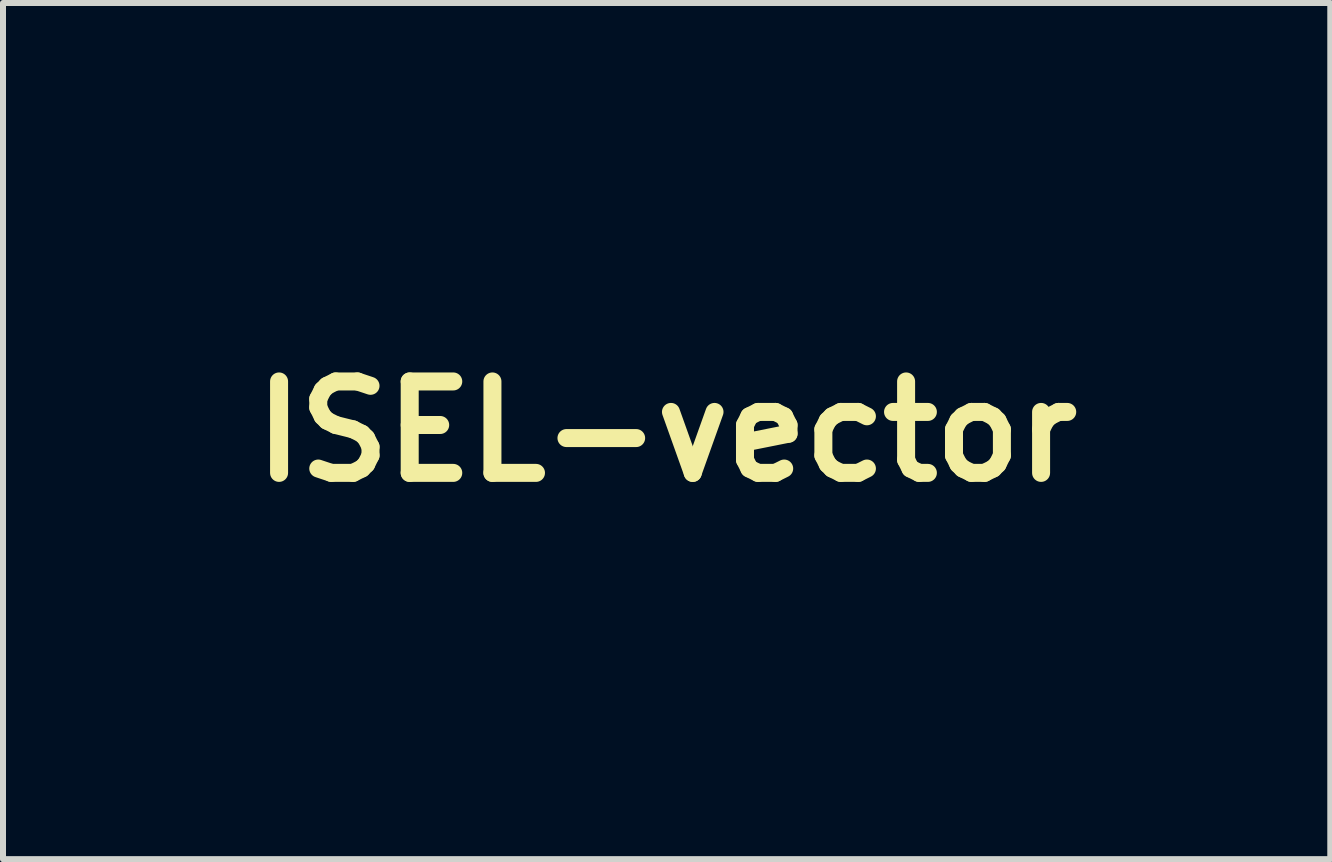
<source format=kicad_pcb>
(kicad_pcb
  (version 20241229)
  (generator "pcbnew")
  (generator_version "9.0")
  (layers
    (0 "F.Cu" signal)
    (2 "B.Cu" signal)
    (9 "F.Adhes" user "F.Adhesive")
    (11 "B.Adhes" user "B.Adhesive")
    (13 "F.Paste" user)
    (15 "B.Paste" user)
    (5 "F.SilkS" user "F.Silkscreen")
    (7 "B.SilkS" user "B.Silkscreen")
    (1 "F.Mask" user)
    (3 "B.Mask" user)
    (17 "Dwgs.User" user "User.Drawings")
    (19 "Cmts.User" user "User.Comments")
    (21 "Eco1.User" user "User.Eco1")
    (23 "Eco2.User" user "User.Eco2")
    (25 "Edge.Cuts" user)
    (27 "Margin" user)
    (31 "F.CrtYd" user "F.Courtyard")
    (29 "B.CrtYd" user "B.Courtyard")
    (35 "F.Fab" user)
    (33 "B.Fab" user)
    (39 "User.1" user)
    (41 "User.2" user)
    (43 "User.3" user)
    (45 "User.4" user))
  (footprint "ISEL-vector"
    (layer "F.Cu")
    (at 8.06 4.142)
    (property "Reference" "ISEL-vector" (at 0 0 0) (layer "F.SilkS") (effects (font (size 1.524 1.524) (thickness 0.3))))
    (attr through_hole)
    (fp_poly (pts (xy -7.511 4.064) (xy -8.055 4.064) (xy -8.055 1.669) (xy -7.511 1.669) (xy -7.511 4.064)) (stroke (width 0.01) (type solid)) (fill yes) (layer "F.Mask"))
    (fp_poly (pts (xy -5.733 0.036) (xy -6.06 0.036) (xy -6.06 -1.089) (xy -5.733 -1.089) (xy -5.733 0.036)) (stroke (width 0.01) (type solid)) (fill yes) (layer "F.Mask"))
    (fp_poly (pts (xy -2.576 0.036) (xy -2.939 0.036) (xy -2.939 -1.524) (xy -2.576 -1.524) (xy -2.576 0.036)) (stroke (width 0.01) (type solid)) (fill yes) (layer "F.Mask"))
    (fp_poly (pts (xy -6.277 -1.27) (xy -7.039 -1.27) (xy -7.039 -0.871) (xy -6.386 -0.871) (xy -6.386 -0.617) (xy -7.039 -0.617) (xy -7.039 0.036) (xy -7.402 0.036) (xy -7.402 -1.524) (xy -6.277 -1.524) (xy -6.277 -1.27)) (stroke (width 0.01) (type solid)) (fill yes) (layer "F.Mask"))
    (fp_poly (pts (xy -5.796 -1.521) (xy -5.749 -1.503) (xy -5.734 -1.454) (xy -5.733 -1.397) (xy -5.737 -1.319) (xy -5.76 -1.282) (xy -5.824 -1.271) (xy -5.896 -1.27) (xy -5.997 -1.273) (xy -6.044 -1.291) (xy -6.059 -1.34) (xy -6.06 -1.397) (xy -6.056 -1.475) (xy -6.033 -1.512) (xy -5.969 -1.523) (xy -5.896 -1.524) (xy -5.796 -1.521)) (stroke (width 0.01) (type solid)) (fill yes) (layer "F.Mask"))
    (fp_poly (pts (xy -0.027 -4.134) (xy 0.021 -4.115) (xy 0.035 -4.066) (xy 0.036 -4.01) (xy 0.033 -3.932) (xy 0.009 -3.895) (xy -0.054 -3.883) (xy -0.127 -3.883) (xy -0.227 -3.885) (xy -0.275 -3.904) (xy -0.289 -3.953) (xy -0.29 -4.01) (xy -0.287 -4.088) (xy -0.263 -4.125) (xy -0.2 -4.136) (xy -0.127 -4.137) (xy -0.027 -4.134)) (stroke (width 0.01) (type solid)) (fill yes) (layer "F.Mask"))
    (fp_poly (pts (xy -2.685 3.629) (xy -2.25 3.629) (xy -2.057 3.63) (xy -1.927 3.637) (xy -1.85 3.648) (xy -1.817 3.666) (xy -1.814 3.677) (xy -1.826 3.741) (xy -1.854 3.838) (xy -1.89 3.942) (xy -1.925 4.028) (xy -1.952 4.072) (xy -1.954 4.073) (xy -1.996 4.075) (xy -2.099 4.077) (xy -2.249 4.076) (xy -2.436 4.075) (xy -2.604 4.072) (xy -3.229 4.062) (xy -3.229 1.669) (xy -2.685 1.669) (xy -2.685 3.629)) (stroke (width 0.01) (type solid)) (fill yes) (layer "F.Mask"))
    (fp_poly (pts (xy -1.267 2.929) (xy -1.247 3.04) (xy -1.262 3.151) (xy -1.307 3.229) (xy -1.318 3.238) (xy -1.37 3.248) (xy -1.475 3.256) (xy -1.615 3.26) (xy -1.771 3.262) (xy -1.923 3.26) (xy -2.053 3.256) (xy -2.143 3.248) (xy -2.167 3.242) (xy -2.208 3.192) (xy -2.233 3.1) (xy -2.237 2.996) (xy -2.217 2.909) (xy -2.215 2.907) (xy -2.193 2.874) (xy -2.159 2.853) (xy -2.099 2.839) (xy -2 2.833) (xy -1.849 2.83) (xy -1.74 2.83) (xy -1.304 2.83) (xy -1.267 2.929)) (stroke (width 0.01) (type solid)) (fill yes) (layer "F.Mask"))
    (fp_poly (pts (xy -1.754 -3.709) (xy -1.747 -3.705) (xy -1.718 -3.671) (xy -1.721 -3.61) (xy -1.741 -3.54) (xy -1.776 -3.454) (xy -1.816 -3.422) (xy -1.881 -3.427) (xy -1.971 -3.431) (xy -2.027 -3.415) (xy -2.07 -3.351) (xy -2.105 -3.227) (xy -2.129 -3.054) (xy -2.139 -2.845) (xy -2.139 -2.821) (xy -2.141 -2.576) (xy -2.467 -2.576) (xy -2.467 -3.701) (xy -2.304 -3.701) (xy -2.197 -3.693) (xy -2.144 -3.669) (xy -2.141 -3.659) (xy -2.12 -3.646) (xy -2.075 -3.677) (xy -1.98 -3.724) (xy -1.859 -3.735) (xy -1.754 -3.709)) (stroke (width 0.01) (type solid)) (fill yes) (layer "F.Mask"))
    (fp_poly (pts (xy 5.022 -1.102) (xy 5.034 -1.096) (xy 5.058 -1.059) (xy 5.052 -0.988) (xy 5.036 -0.93) (xy 5.003 -0.842) (xy 4.964 -0.808) (xy 4.901 -0.811) (xy 4.896 -0.812) (xy 4.805 -0.819) (xy 4.74 -0.795) (xy 4.697 -0.729) (xy 4.67 -0.612) (xy 4.654 -0.435) (xy 4.651 -0.348) (xy 4.636 0.036) (xy 4.318 0.036) (xy 4.318 -1.089) (xy 4.481 -1.089) (xy 4.588 -1.08) (xy 4.641 -1.056) (xy 4.645 -1.047) (xy 4.666 -1.034) (xy 4.711 -1.065) (xy 4.803 -1.11) (xy 4.92 -1.124) (xy 5.022 -1.102)) (stroke (width 0.01) (type solid)) (fill yes) (layer "F.Mask"))
    (fp_poly (pts (xy -3.609 1.767) (xy -3.641 1.871) (xy -3.683 1.984) (xy -3.684 1.985) (xy -3.734 2.105) (xy -4.503 2.105) (xy -4.492 2.349) (xy -4.481 2.594) (xy -4.126 2.605) (xy -3.77 2.615) (xy -3.781 2.823) (xy -3.792 3.03) (xy -4.128 3.04) (xy -4.463 3.051) (xy -4.463 3.629) (xy -3.556 3.629) (xy -3.556 3.844) (xy -3.56 3.961) (xy -3.571 4.043) (xy -3.583 4.071) (xy -3.626 4.074) (xy -3.73 4.076) (xy -3.884 4.076) (xy -4.075 4.075) (xy -4.292 4.073) (xy -4.309 4.072) (xy -5.007 4.062) (xy -5.007 1.669) (xy -3.584 1.669) (xy -3.609 1.767)) (stroke (width 0.01) (type solid)) (fill yes) (layer "F.Mask"))
    (fp_poly (pts (xy 0.036 -2.992) (xy 0.036 -2.748) (xy 0.035 -2.567) (xy 0.031 -2.437) (xy 0.023 -2.347) (xy 0.011 -2.287) (xy -0.008 -2.246) (xy -0.033 -2.214) (xy -0.053 -2.194) (xy -0.129 -2.136) (xy -0.222 -2.109) (xy -0.325 -2.105) (xy -0.434 -2.108) (xy -0.488 -2.123) (xy -0.506 -2.158) (xy -0.507 -2.186) (xy -0.485 -2.296) (xy -0.417 -2.354) (xy -0.381 -2.364) (xy -0.355 -2.372) (xy -0.336 -2.393) (xy -0.323 -2.437) (xy -0.313 -2.513) (xy -0.307 -2.631) (xy -0.303 -2.802) (xy -0.299 -3.035) (xy -0.299 -3.039) (xy -0.289 -3.701) (xy 0.036 -3.701) (xy 0.036 -2.992)) (stroke (width 0.01) (type solid)) (fill yes) (layer "F.Mask"))
    (fp_poly (pts (xy -3.213 -4.132) (xy -3.041 -4.117) (xy -2.918 -4.086) (xy -2.83 -4.037) (xy -2.767 -3.966) (xy -2.74 -3.92) (xy -2.697 -3.78) (xy -2.688 -3.614) (xy -2.712 -3.457) (xy -2.747 -3.372) (xy -2.842 -3.264) (xy -2.981 -3.195) (xy -3.172 -3.161) (xy -3.298 -3.157) (xy -3.556 -3.157) (xy -3.556 -2.576) (xy -3.883 -2.576) (xy -3.883 -3.401) (xy -3.556 -3.401) (xy -3.353 -3.422) (xy -3.221 -3.445) (xy -3.116 -3.482) (xy -3.081 -3.505) (xy -3.015 -3.599) (xy -3.014 -3.691) (xy -3.072 -3.774) (xy -3.183 -3.838) (xy -3.339 -3.873) (xy -3.357 -3.875) (xy -3.556 -3.892) (xy -3.556 -3.401) (xy -3.883 -3.401) (xy -3.883 -4.137) (xy -3.445 -4.137) (xy -3.213 -4.132)) (stroke (width 0.01) (type solid)) (fill yes) (layer "F.Mask"))
    (fp_poly (pts (xy 5.886 1.531) (xy 6.006 1.54) (xy 6.086 1.555) (xy 6.134 1.58) (xy 6.158 1.614) (xy 6.167 1.661) (xy 6.168 1.722) (xy 6.168 1.73) (xy 6.165 1.834) (xy 6.145 1.9) (xy 6.096 1.938) (xy 6.005 1.955) (xy 5.858 1.959) (xy 5.802 1.959) (xy 5.479 1.959) (xy 5.479 3.957) (xy 5.386 3.992) (xy 5.232 4.022) (xy 5.063 4.009) (xy 5.035 4.003) (xy 5.016 3.993) (xy 5.001 3.97) (xy 4.99 3.926) (xy 4.982 3.852) (xy 4.977 3.74) (xy 4.973 3.583) (xy 4.972 3.373) (xy 4.971 3.102) (xy 4.971 2.974) (xy 4.971 1.962) (xy 4.635 1.952) (xy 4.3 1.941) (xy 4.3 1.542) (xy 5.204 1.532) (xy 5.493 1.529) (xy 5.718 1.529) (xy 5.886 1.531)) (stroke (width 0.01) (type solid)) (fill yes) (layer "F.Mask"))
    (fp_poly (pts (xy 3.338 -0.652) (xy 3.339 -0.468) (xy 3.342 -0.344) (xy 3.351 -0.265) (xy 3.367 -0.219) (xy 3.393 -0.193) (xy 3.428 -0.176) (xy 3.51 -0.154) (xy 3.59 -0.183) (xy 3.609 -0.195) (xy 3.649 -0.224) (xy 3.675 -0.259) (xy 3.69 -0.313) (xy 3.698 -0.402) (xy 3.701 -0.539) (xy 3.701 -0.672) (xy 3.701 -1.089) (xy 4.064 -1.089) (xy 4.064 0.036) (xy 3.901 0.036) (xy 3.793 0.029) (xy 3.744 0.005) (xy 3.737 -0.018) (xy 3.726 -0.046) (xy 3.684 -0.036) (xy 3.619 0.000398) (xy 3.47 0.057) (xy 3.306 0.066) (xy 3.17 0.03) (xy 3.106 -0.016) (xy 3.058 -0.092) (xy 3.024 -0.207) (xy 3.001 -0.371) (xy 2.986 -0.596) (xy 2.984 -0.644) (xy 2.966 -1.089) (xy 3.338 -1.089) (xy 3.338 -0.652)) (stroke (width 0.01) (type solid)) (fill yes) (layer "F.Mask"))
    (fp_poly (pts (xy -4.654 -1.102) (xy -4.531 -1.049) (xy -4.451 -0.967) (xy -4.444 -0.954) (xy -4.432 -0.894) (xy -4.42 -0.778) (xy -4.409 -0.622) (xy -4.4 -0.442) (xy -4.399 -0.426) (xy -4.382 0.036) (xy -4.753 0.036) (xy -4.753 -0.4) (xy -4.754 -0.584) (xy -4.757 -0.709) (xy -4.766 -0.787) (xy -4.782 -0.833) (xy -4.809 -0.859) (xy -4.843 -0.877) (xy -4.928 -0.898) (xy -5.01 -0.866) (xy -5.019 -0.86) (xy -5.075 -0.806) (xy -5.114 -0.72) (xy -5.138 -0.592) (xy -5.15 -0.41) (xy -5.152 -0.245) (xy -5.153 0.036) (xy -5.479 0.036) (xy -5.479 -1.089) (xy -5.316 -1.089) (xy -5.21 -1.082) (xy -5.161 -1.059) (xy -5.153 -1.032) (xy -5.143 -1) (xy -5.106 -1.014) (xy -5.057 -1.05) (xy -4.94 -1.106) (xy -4.798 -1.122) (xy -4.654 -1.102)) (stroke (width 0.01) (type solid)) (fill yes) (layer "F.Mask"))
    (fp_poly (pts (xy -0.542 1.532) (xy -0.444 1.548) (xy -0.414 1.563) (xy -0.398 1.588) (xy -0.386 1.638) (xy -0.377 1.722) (xy -0.37 1.848) (xy -0.366 2.021) (xy -0.364 2.251) (xy -0.363 2.546) (xy -0.363 2.581) (xy -0.363 3.556) (xy 0.011 3.556) (xy 0.202 3.559) (xy 0.332 3.571) (xy 0.412 3.597) (xy 0.455 3.643) (xy 0.47 3.713) (xy 0.472 3.76) (xy 0.471 3.841) (xy 0.462 3.901) (xy 0.436 3.942) (xy 0.383 3.969) (xy 0.292 3.983) (xy 0.155 3.99) (xy -0.039 3.991) (xy -0.199 3.991) (xy -0.441 3.99) (xy -0.619 3.986) (xy -0.742 3.978) (xy -0.82 3.965) (xy -0.861 3.948) (xy -0.867 3.942) (xy -0.879 3.901) (xy -0.889 3.808) (xy -0.895 3.66) (xy -0.899 3.453) (xy -0.901 3.182) (xy -0.9 2.844) (xy -0.899 2.717) (xy -0.889 1.542) (xy -0.677 1.531) (xy -0.542 1.532)) (stroke (width 0.01) (type solid)) (fill yes) (layer "F.Mask"))
    (fp_poly (pts (xy -0.868 -3.712) (xy -0.761 -3.67) (xy -0.621 -3.558) (xy -0.528 -3.406) (xy -0.481 -3.23) (xy -0.481 -3.047) (xy -0.528 -2.871) (xy -0.621 -2.719) (xy -0.761 -2.607) (xy -0.928 -2.551) (xy -1.112 -2.541) (xy -1.285 -2.575) (xy -1.381 -2.622) (xy -1.526 -2.759) (xy -1.616 -2.929) (xy -1.651 -3.115) (xy -1.648 -3.139) (xy -1.322 -3.139) (xy -1.317 -3.014) (xy -1.298 -2.934) (xy -1.254 -2.874) (xy -1.218 -2.842) (xy -1.099 -2.777) (xy -0.98 -2.784) (xy -0.871 -2.862) (xy -0.862 -2.872) (xy -0.814 -2.976) (xy -0.798 -3.139) (xy -0.82 -3.304) (xy -0.881 -3.425) (xy -0.969 -3.495) (xy -1.076 -3.508) (xy -1.193 -3.456) (xy -1.218 -3.436) (xy -1.279 -3.375) (xy -1.31 -3.309) (xy -1.321 -3.211) (xy -1.322 -3.139) (xy -1.648 -3.139) (xy -1.63 -3.303) (xy -1.554 -3.478) (xy -1.422 -3.625) (xy -1.381 -3.656) (xy -1.23 -3.719) (xy -1.05 -3.738) (xy -0.868 -3.712)) (stroke (width 0.01) (type solid)) (fill yes) (layer "F.Mask"))
    (fp_poly (pts (xy 3.031 -3.701) (xy 3.124 -3.655) (xy 3.235 -3.551) (xy 3.329 -3.407) (xy 3.393 -3.251) (xy 3.411 -3.139) (xy 3.384 -2.995) (xy 3.312 -2.839) (xy 3.213 -2.701) (xy 3.124 -2.622) (xy 2.971 -2.558) (xy 2.789 -2.539) (xy 2.607 -2.566) (xy 2.503 -2.607) (xy 2.363 -2.719) (xy 2.269 -2.871) (xy 2.223 -3.047) (xy 2.223 -3.161) (xy 2.537 -3.161) (xy 2.552 -3.024) (xy 2.603 -2.9) (xy 2.687 -2.807) (xy 2.802 -2.762) (xy 2.819 -2.76) (xy 2.874 -2.78) (xy 2.95 -2.833) (xy 2.958 -2.839) (xy 3.042 -2.955) (xy 3.078 -3.1) (xy 3.066 -3.25) (xy 3.007 -3.384) (xy 2.922 -3.468) (xy 2.84 -3.507) (xy 2.759 -3.498) (xy 2.726 -3.485) (xy 2.622 -3.409) (xy 2.559 -3.295) (xy 2.537 -3.161) (xy 2.223 -3.161) (xy 2.223 -3.231) (xy 2.269 -3.406) (xy 2.363 -3.558) (xy 2.503 -3.67) (xy 2.671 -3.726) (xy 2.856 -3.736) (xy 3.031 -3.701)) (stroke (width 0.01) (type solid)) (fill yes) (layer "F.Mask"))
    (fp_poly (pts (xy 7.115 -1.1) (xy 7.221 -1.058) (xy 7.362 -0.945) (xy 7.455 -0.794) (xy 7.502 -0.618) (xy 7.502 -0.434) (xy 7.455 -0.259) (xy 7.362 -0.107) (xy 7.221 0.005) (xy 7.055 0.061) (xy 6.871 0.072) (xy 6.697 0.038) (xy 6.602 -0.009) (xy 6.457 -0.147) (xy 6.367 -0.316) (xy 6.332 -0.503) (xy 6.335 -0.526) (xy 6.661 -0.526) (xy 6.665 -0.401) (xy 6.685 -0.322) (xy 6.729 -0.262) (xy 6.765 -0.229) (xy 6.884 -0.165) (xy 7.003 -0.172) (xy 7.112 -0.25) (xy 7.121 -0.26) (xy 7.169 -0.364) (xy 7.185 -0.526) (xy 7.162 -0.691) (xy 7.102 -0.812) (xy 7.014 -0.882) (xy 6.906 -0.895) (xy 6.79 -0.843) (xy 6.765 -0.823) (xy 6.704 -0.762) (xy 6.673 -0.696) (xy 6.662 -0.598) (xy 6.661 -0.526) (xy 6.335 -0.526) (xy 6.353 -0.691) (xy 6.429 -0.866) (xy 6.561 -1.013) (xy 6.602 -1.043) (xy 6.753 -1.106) (xy 6.933 -1.125) (xy 7.115 -1.1)) (stroke (width 0.01) (type solid)) (fill yes) (layer "F.Mask"))
    (fp_poly (pts (xy 1.878 -4.067) (xy 1.885 -3.983) (xy 1.887 -3.901) (xy 1.889 -3.787) (xy 1.901 -3.727) (xy 1.933 -3.705) (xy 1.994 -3.701) (xy 1.996 -3.701) (xy 2.073 -3.692) (xy 2.101 -3.65) (xy 2.105 -3.592) (xy 2.096 -3.515) (xy 2.054 -3.487) (xy 1.994 -3.483) (xy 1.884 -3.483) (xy 1.895 -3.13) (xy 1.905 -2.776) (xy 2.007 -2.787) (xy 2.076 -2.788) (xy 2.101 -2.757) (xy 2.098 -2.678) (xy 2.087 -2.607) (xy 2.059 -2.57) (xy 1.993 -2.554) (xy 1.903 -2.547) (xy 1.782 -2.547) (xy 1.705 -2.568) (xy 1.649 -2.615) (xy 1.616 -2.662) (xy 1.594 -2.728) (xy 1.58 -2.828) (xy 1.57 -2.977) (xy 1.566 -3.088) (xy 1.56 -3.262) (xy 1.552 -3.376) (xy 1.539 -3.443) (xy 1.52 -3.474) (xy 1.491 -3.483) (xy 1.485 -3.483) (xy 1.433 -3.502) (xy 1.416 -3.57) (xy 1.415 -3.592) (xy 1.427 -3.672) (xy 1.469 -3.7) (xy 1.488 -3.701) (xy 1.541 -3.718) (xy 1.56 -3.782) (xy 1.56 -3.81) (xy 1.574 -3.889) (xy 1.627 -3.954) (xy 1.705 -4.009) (xy 1.794 -4.063) (xy 1.855 -4.096) (xy 1.868 -4.1) (xy 1.878 -4.067)) (stroke (width 0.01) (type solid)) (fill yes) (layer "F.Mask"))
    (fp_poly (pts (xy -0.653 0.036) (xy -0.798 0.036) (xy -0.9 0.027) (xy -0.941 -0.003) (xy -0.943 -0.018) (xy -0.954 -0.046) (xy -0.997 -0.036) (xy -1.061 0.000398) (xy -1.221 0.061) (xy -1.39 0.062) (xy -1.534 0.008) (xy -1.648 -0.101) (xy -1.725 -0.252) (xy -1.766 -0.428) (xy -1.767 -0.526) (xy -1.451 -0.526) (xy -1.445 -0.396) (xy -1.421 -0.31) (xy -1.369 -0.241) (xy -1.362 -0.234) (xy -1.286 -0.173) (xy -1.22 -0.145) (xy -1.216 -0.145) (xy -1.152 -0.169) (xy -1.075 -0.228) (xy -1.069 -0.234) (xy -1.014 -0.303) (xy -0.988 -0.386) (xy -0.98 -0.51) (xy -0.98 -0.526) (xy -0.986 -0.656) (xy -1.011 -0.742) (xy -1.062 -0.811) (xy -1.069 -0.818) (xy -1.145 -0.879) (xy -1.211 -0.907) (xy -1.216 -0.907) (xy -1.279 -0.883) (xy -1.356 -0.824) (xy -1.362 -0.818) (xy -1.417 -0.749) (xy -1.444 -0.667) (xy -1.451 -0.542) (xy -1.451 -0.526) (xy -1.767 -0.526) (xy -1.769 -0.613) (xy -1.735 -0.79) (xy -1.665 -0.942) (xy -1.558 -1.051) (xy -1.529 -1.068) (xy -1.389 -1.113) (xy -1.236 -1.121) (xy -1.103 -1.091) (xy -1.06 -1.068) (xy -0.98 -1.012) (xy -0.98 -1.524) (xy -0.653 -1.524) (xy -0.653 0.036)) (stroke (width 0.01) (type solid)) (fill yes) (layer "F.Mask"))
    (fp_poly (pts (xy 2.366 -1.523) (xy 2.538 -1.439) (xy 2.668 -1.314) (xy 2.684 -1.29) (xy 2.736 -1.189) (xy 2.733 -1.127) (xy 2.668 -1.09) (xy 2.59 -1.072) (xy 2.501 -1.063) (xy 2.438 -1.086) (xy 2.37 -1.154) (xy 2.359 -1.167) (xy 2.238 -1.263) (xy 2.099 -1.294) (xy 1.959 -1.259) (xy 1.86 -1.187) (xy 1.812 -1.134) (xy 1.782 -1.08) (xy 1.767 -1.007) (xy 1.761 -0.895) (xy 1.76 -0.764) (xy 1.762 -0.605) (xy 1.77 -0.5) (xy 1.789 -0.43) (xy 1.822 -0.377) (xy 1.846 -0.35) (xy 1.97 -0.261) (xy 2.106 -0.234) (xy 2.237 -0.264) (xy 2.345 -0.35) (xy 2.394 -0.434) (xy 2.434 -0.509) (xy 2.471 -0.544) (xy 2.473 -0.544) (xy 2.538 -0.53) (xy 2.624 -0.495) (xy 2.705 -0.453) (xy 2.753 -0.416) (xy 2.758 -0.406) (xy 2.734 -0.344) (xy 2.675 -0.253) (xy 2.596 -0.156) (xy 2.515 -0.076) (xy 2.493 -0.059) (xy 2.385 -0.01) (xy 2.232 0.021) (xy 2.063 0.031) (xy 1.904 0.018) (xy 1.795 -0.012) (xy 1.626 -0.126) (xy 1.501 -0.284) (xy 1.42 -0.473) (xy 1.383 -0.68) (xy 1.391 -0.893) (xy 1.442 -1.097) (xy 1.539 -1.279) (xy 1.68 -1.426) (xy 1.779 -1.488) (xy 1.969 -1.551) (xy 2.171 -1.562) (xy 2.366 -1.523)) (stroke (width 0.01) (type solid)) (fill yes) (layer "F.Mask"))
    (fp_poly (pts (xy 0.266 -1.094) (xy 0.419 -1.004) (xy 0.529 -0.856) (xy 0.596 -0.652) (xy 0.604 -0.599) (xy 0.627 -0.435) (xy 0.241 -0.435) (xy 0.049 -0.432) (xy -0.076 -0.42) (xy -0.14 -0.394) (xy -0.148 -0.352) (xy -0.107 -0.288) (xy -0.056 -0.234) (xy 0.041 -0.161) (xy 0.127 -0.155) (xy 0.215 -0.215) (xy 0.218 -0.218) (xy 0.295 -0.263) (xy 0.396 -0.288) (xy 0.493 -0.288) (xy 0.557 -0.262) (xy 0.562 -0.255) (xy 0.56 -0.197) (xy 0.514 -0.118) (xy 0.44 -0.037) (xy 0.359 0.02) (xy 0.247 0.054) (xy 0.099 0.069) (xy -0.05 0.063) (xy -0.163 0.038) (xy -0.299 -0.055) (xy -0.397 -0.197) (xy -0.454 -0.372) (xy -0.465 -0.565) (xy -0.443 -0.673) (xy -0.145 -0.673) (xy -0.13 -0.641) (xy -0.074 -0.623) (xy 0.036 -0.617) (xy 0.073 -0.617) (xy 0.198 -0.621) (xy 0.266 -0.635) (xy 0.289 -0.664) (xy 0.29 -0.673) (xy 0.265 -0.736) (xy 0.205 -0.813) (xy 0.133 -0.878) (xy 0.074 -0.907) (xy 0.073 -0.907) (xy 0.014 -0.88) (xy -0.057 -0.815) (xy -0.118 -0.738) (xy -0.145 -0.675) (xy -0.145 -0.673) (xy -0.443 -0.673) (xy -0.426 -0.76) (xy -0.4 -0.825) (xy -0.293 -0.983) (xy -0.142 -1.084) (xy 0.046 -1.124) (xy 0.073 -1.125) (xy 0.266 -1.094)) (stroke (width 0.01) (type solid)) (fill yes) (layer "F.Mask"))
    (fp_poly (pts (xy 0.992 -3.707) (xy 1.144 -3.617) (xy 1.255 -3.469) (xy 1.321 -3.265) (xy 1.33 -3.212) (xy 1.352 -3.048) (xy 0.967 -3.048) (xy 0.775 -3.045) (xy 0.65 -3.032) (xy 0.586 -3.007) (xy 0.577 -2.964) (xy 0.619 -2.901) (xy 0.67 -2.847) (xy 0.767 -2.774) (xy 0.853 -2.768) (xy 0.941 -2.828) (xy 0.943 -2.83) (xy 1.02 -2.876) (xy 1.121 -2.901) (xy 1.218 -2.901) (xy 1.282 -2.874) (xy 1.288 -2.868) (xy 1.285 -2.81) (xy 1.24 -2.73) (xy 1.166 -2.65) (xy 1.085 -2.593) (xy 0.973 -2.559) (xy 0.825 -2.544) (xy 0.676 -2.549) (xy 0.562 -2.575) (xy 0.427 -2.667) (xy 0.329 -2.809) (xy 0.272 -2.985) (xy 0.261 -3.178) (xy 0.282 -3.286) (xy 0.581 -3.286) (xy 0.596 -3.253) (xy 0.652 -3.236) (xy 0.762 -3.23) (xy 0.798 -3.229) (xy 0.924 -3.233) (xy 0.991 -3.248) (xy 1.015 -3.276) (xy 1.016 -3.286) (xy 0.991 -3.349) (xy 0.931 -3.425) (xy 0.859 -3.491) (xy 0.8 -3.52) (xy 0.798 -3.52) (xy 0.74 -3.493) (xy 0.668 -3.428) (xy 0.607 -3.351) (xy 0.581 -3.287) (xy 0.581 -3.286) (xy 0.282 -3.286) (xy 0.3 -3.373) (xy 0.325 -3.437) (xy 0.433 -3.596) (xy 0.584 -3.697) (xy 0.772 -3.737) (xy 0.798 -3.737) (xy 0.992 -3.707)) (stroke (width 0.01) (type solid)) (fill yes) (layer "F.Mask"))
    (fp_poly (pts (xy 5.722 -1.117) (xy 5.854 -1.094) (xy 5.909 -1.074) (xy 5.994 -1.009) (xy 6.059 -0.925) (xy 6.088 -0.843) (xy 6.08 -0.802) (xy 6.026 -0.771) (xy 5.939 -0.762) (xy 5.849 -0.774) (xy 5.79 -0.804) (xy 5.783 -0.814) (xy 5.73 -0.864) (xy 5.638 -0.891) (xy 5.535 -0.89) (xy 5.479 -0.871) (xy 5.429 -0.824) (xy 5.449 -0.777) (xy 5.538 -0.731) (xy 5.67 -0.695) (xy 5.868 -0.633) (xy 6.021 -0.549) (xy 6.116 -0.451) (xy 6.132 -0.418) (xy 6.148 -0.283) (xy 6.104 -0.148) (xy 6.01 -0.035) (xy 5.931 0.017) (xy 5.812 0.051) (xy 5.657 0.068) (xy 5.499 0.066) (xy 5.37 0.045) (xy 5.349 0.037) (xy 5.277 -0.009) (xy 5.199 -0.085) (xy 5.131 -0.169) (xy 5.093 -0.24) (xy 5.09 -0.268) (xy 5.129 -0.295) (xy 5.207 -0.314) (xy 5.298 -0.321) (xy 5.373 -0.316) (xy 5.406 -0.295) (xy 5.407 -0.293) (xy 5.434 -0.248) (xy 5.496 -0.197) (xy 5.592 -0.16) (xy 5.691 -0.16) (xy 5.77 -0.192) (xy 5.805 -0.252) (xy 5.806 -0.258) (xy 5.786 -0.322) (xy 5.76 -0.341) (xy 5.539 -0.405) (xy 5.379 -0.461) (xy 5.269 -0.514) (xy 5.202 -0.564) (xy 5.131 -0.681) (xy 5.12 -0.812) (xy 5.166 -0.94) (xy 5.265 -1.048) (xy 5.323 -1.084) (xy 5.426 -1.113) (xy 5.569 -1.123) (xy 5.722 -1.117)) (stroke (width 0.01) (type solid)) (fill yes) (layer "F.Mask"))
    (fp_poly (pts (xy 2.178 1.617) (xy 2.196 1.723) (xy 2.182 1.834) (xy 2.143 1.916) (xy 2.126 1.932) (xy 2.076 1.942) (xy 1.969 1.951) (xy 1.822 1.957) (xy 1.678 1.959) (xy 1.27 1.959) (xy 1.27 2.504) (xy 1.626 2.504) (xy 1.812 2.507) (xy 1.938 2.52) (xy 2.014 2.549) (xy 2.053 2.599) (xy 2.067 2.677) (xy 2.068 2.721) (xy 2.062 2.813) (xy 2.035 2.875) (xy 1.976 2.913) (xy 1.874 2.932) (xy 1.715 2.939) (xy 1.626 2.939) (xy 1.27 2.939) (xy 1.27 3.592) (xy 1.72 3.592) (xy 1.917 3.593) (xy 2.053 3.6) (xy 2.14 3.616) (xy 2.188 3.647) (xy 2.208 3.696) (xy 2.213 3.77) (xy 2.213 3.792) (xy 2.212 3.86) (xy 2.203 3.91) (xy 2.176 3.946) (xy 2.121 3.969) (xy 2.03 3.983) (xy 1.894 3.989) (xy 1.702 3.991) (xy 1.491 3.991) (xy 1.221 3.99) (xy 1.018 3.984) (xy 0.878 3.974) (xy 0.796 3.961) (xy 0.769 3.948) (xy 0.756 3.913) (xy 0.746 3.835) (xy 0.738 3.707) (xy 0.732 3.526) (xy 0.728 3.285) (xy 0.726 2.98) (xy 0.726 2.752) (xy 0.726 2.432) (xy 0.727 2.177) (xy 0.729 1.979) (xy 0.732 1.831) (xy 0.738 1.725) (xy 0.746 1.653) (xy 0.757 1.607) (xy 0.771 1.581) (xy 0.789 1.565) (xy 0.796 1.562) (xy 0.857 1.548) (xy 0.979 1.537) (xy 1.151 1.529) (xy 1.363 1.525) (xy 1.504 1.524) (xy 2.143 1.524) (xy 2.178 1.617)) (stroke (width 0.01) (type solid)) (fill yes) (layer "F.Mask"))
    (fp_poly (pts (xy 7.526 1.502) (xy 7.74 1.547) (xy 7.914 1.632) (xy 7.949 1.658) (xy 8.016 1.727) (xy 8.047 1.803) (xy 8.055 1.917) (xy 8.055 1.924) (xy 8.048 2.032) (xy 8.031 2.106) (xy 8.019 2.123) (xy 7.97 2.119) (xy 7.877 2.088) (xy 7.76 2.035) (xy 7.759 2.035) (xy 7.578 1.957) (xy 7.428 1.929) (xy 7.288 1.947) (xy 7.148 2.005) (xy 6.993 2.124) (xy 6.881 2.3) (xy 6.813 2.532) (xy 6.799 2.631) (xy 6.796 2.909) (xy 6.842 3.145) (xy 6.934 3.335) (xy 7.066 3.476) (xy 7.233 3.562) (xy 7.428 3.588) (xy 7.648 3.552) (xy 7.81 3.488) (xy 7.935 3.432) (xy 8.009 3.416) (xy 8.044 3.449) (xy 8.051 3.537) (xy 8.048 3.619) (xy 8.039 3.738) (xy 8.019 3.809) (xy 7.972 3.859) (xy 7.884 3.912) (xy 7.874 3.917) (xy 7.775 3.964) (xy 7.672 3.993) (xy 7.54 4.009) (xy 7.384 4.016) (xy 7.226 4.017) (xy 7.087 4.012) (xy 6.988 4.001) (xy 6.967 3.996) (xy 6.722 3.88) (xy 6.521 3.706) (xy 6.366 3.477) (xy 6.343 3.429) (xy 6.307 3.342) (xy 6.283 3.256) (xy 6.268 3.152) (xy 6.261 3.013) (xy 6.259 2.821) (xy 6.259 2.794) (xy 6.261 2.598) (xy 6.266 2.457) (xy 6.279 2.352) (xy 6.301 2.266) (xy 6.335 2.18) (xy 6.353 2.141) (xy 6.471 1.929) (xy 6.602 1.772) (xy 6.764 1.654) (xy 6.839 1.613) (xy 7.058 1.535) (xy 7.293 1.498) (xy 7.526 1.502)) (stroke (width 0.01) (type solid)) (fill yes) (layer "F.Mask"))
    (fp_poly (pts (xy 3.625 1.524) (xy 3.797 1.526) (xy 3.917 1.53) (xy 3.994 1.538) (xy 4.04 1.55) (xy 4.063 1.569) (xy 4.074 1.595) (xy 4.077 1.606) (xy 4.104 1.736) (xy 4.097 1.83) (xy 4.05 1.895) (xy 3.955 1.934) (xy 3.804 1.954) (xy 3.589 1.959) (xy 3.572 1.959) (xy 3.157 1.959) (xy 3.157 2.504) (xy 3.512 2.504) (xy 3.699 2.507) (xy 3.824 2.52) (xy 3.901 2.549) (xy 3.94 2.599) (xy 3.954 2.677) (xy 3.955 2.721) (xy 3.949 2.813) (xy 3.922 2.875) (xy 3.863 2.913) (xy 3.761 2.932) (xy 3.602 2.939) (xy 3.512 2.939) (xy 3.157 2.939) (xy 3.157 3.592) (xy 3.61 3.592) (xy 3.798 3.593) (xy 3.925 3.596) (xy 4.006 3.603) (xy 4.05 3.618) (xy 4.072 3.642) (xy 4.084 3.677) (xy 4.084 3.679) (xy 4.097 3.782) (xy 4.094 3.869) (xy 4.082 3.973) (xy 3.392 3.983) (xy 3.127 3.985) (xy 2.928 3.984) (xy 2.788 3.977) (xy 2.701 3.966) (xy 2.658 3.95) (xy 2.657 3.949) (xy 2.644 3.915) (xy 2.633 3.84) (xy 2.625 3.719) (xy 2.619 3.545) (xy 2.615 3.313) (xy 2.613 3.018) (xy 2.613 2.771) (xy 2.613 2.449) (xy 2.614 2.192) (xy 2.617 1.992) (xy 2.622 1.842) (xy 2.629 1.734) (xy 2.638 1.66) (xy 2.65 1.613) (xy 2.665 1.586) (xy 2.67 1.581) (xy 2.701 1.56) (xy 2.754 1.545) (xy 2.839 1.535) (xy 2.966 1.528) (xy 3.145 1.525) (xy 3.387 1.524) (xy 3.391 1.524) (xy 3.625 1.524)) (stroke (width 0.01) (type solid)) (fill yes) (layer "F.Mask"))
    (fp_poly (pts (xy -5.983 1.615) (xy -5.759 1.662) (xy -5.615 1.714) (xy -5.507 1.768) (xy -5.432 1.814) (xy -5.407 1.839) (xy -5.428 1.883) (xy -5.48 1.963) (xy -5.533 2.039) (xy -5.658 2.208) (xy -5.813 2.132) (xy -5.972 2.075) (xy -6.143 2.045) (xy -6.302 2.045) (xy -6.422 2.076) (xy -6.423 2.077) (xy -6.493 2.138) (xy -6.523 2.24) (xy -6.524 2.258) (xy -6.523 2.334) (xy -6.496 2.393) (xy -6.434 2.442) (xy -6.326 2.487) (xy -6.16 2.537) (xy -6.088 2.556) (xy -5.821 2.648) (xy -5.619 2.769) (xy -5.478 2.921) (xy -5.397 3.108) (xy -5.37 3.333) (xy -5.403 3.558) (xy -5.502 3.752) (xy -5.664 3.913) (xy -5.81 4.003) (xy -6.03 4.082) (xy -6.288 4.122) (xy -6.559 4.121) (xy -6.795 4.082) (xy -6.935 4.04) (xy -7.075 3.989) (xy -7.19 3.937) (xy -7.251 3.9) (xy -7.243 3.864) (xy -7.21 3.788) (xy -7.162 3.694) (xy -7.111 3.603) (xy -7.068 3.539) (xy -7.048 3.52) (xy -7.002 3.532) (xy -6.911 3.563) (xy -6.835 3.59) (xy -6.614 3.656) (xy -6.411 3.681) (xy -6.236 3.668) (xy -6.098 3.619) (xy -6.003 3.537) (xy -5.962 3.426) (xy -5.971 3.324) (xy -6.001 3.254) (xy -6.061 3.197) (xy -6.16 3.144) (xy -6.313 3.09) (xy -6.441 3.052) (xy -6.685 2.971) (xy -6.866 2.878) (xy -6.994 2.769) (xy -7.078 2.637) (xy -7.14 2.422) (xy -7.134 2.212) (xy -7.064 2.017) (xy -6.935 1.846) (xy -6.751 1.709) (xy -6.625 1.65) (xy -6.441 1.607) (xy -6.219 1.596) (xy -5.983 1.615)) (stroke (width 0.01) (type solid)) (fill yes) (layer "F.Mask"))
    (fp_poly (pts (xy -3.526 -1.122) (xy -3.435 -1.11) (xy -3.371 -1.082) (xy -3.311 -1.03) (xy -3.299 -1.019) (xy -3.252 -0.968) (xy -3.221 -0.92) (xy -3.204 -0.857) (xy -3.196 -0.763) (xy -3.193 -0.621) (xy -3.193 -0.531) (xy -3.19 -0.362) (xy -3.181 -0.211) (xy -3.168 -0.1) (xy -3.158 -0.057) (xy -3.14 0.001) (xy -3.155 0.028) (xy -3.219 0.036) (xy -3.282 0.036) (xy -3.381 0.028) (xy -3.445 0.006) (xy -3.455 -0.005) (xy -3.49 -0.022) (xy -3.572 0.008) (xy -3.583 0.013) (xy -3.754 0.069) (xy -3.919 0.065) (xy -4.062 0.001) (xy -4.103 -0.033) (xy -4.189 -0.163) (xy -4.208 -0.307) (xy -4.205 -0.317) (xy -3.879 -0.317) (xy -3.866 -0.234) (xy -3.819 -0.184) (xy -3.735 -0.15) (xy -3.659 -0.165) (xy -3.6 -0.202) (xy -3.532 -0.291) (xy -3.52 -0.369) (xy -3.524 -0.44) (xy -3.551 -0.466) (xy -3.621 -0.461) (xy -3.656 -0.454) (xy -3.757 -0.428) (xy -3.83 -0.397) (xy -3.837 -0.391) (xy -3.879 -0.317) (xy -4.205 -0.317) (xy -4.161 -0.447) (xy -4.136 -0.482) (xy -4.084 -0.537) (xy -4.014 -0.581) (xy -3.911 -0.622) (xy -3.759 -0.666) (xy -3.674 -0.689) (xy -3.565 -0.733) (xy -3.516 -0.788) (xy -3.531 -0.842) (xy -3.61 -0.884) (xy -3.632 -0.89) (xy -3.733 -0.894) (xy -3.818 -0.844) (xy -3.827 -0.836) (xy -3.934 -0.774) (xy -4.03 -0.768) (xy -4.127 -0.792) (xy -4.159 -0.839) (xy -4.126 -0.914) (xy -4.053 -0.998) (xy -3.982 -1.064) (xy -3.92 -1.102) (xy -3.843 -1.12) (xy -3.726 -1.125) (xy -3.666 -1.125) (xy -3.526 -1.122)) (stroke (width 0.01) (type solid)) (fill yes) (layer "F.Mask")))
  (gr_rect
    (start -3 -3)
    (end 19.121 11.269)
    (stroke (width 0.1) (type default))
    (fill no)
    (layer "Edge.Cuts")))
</source>
